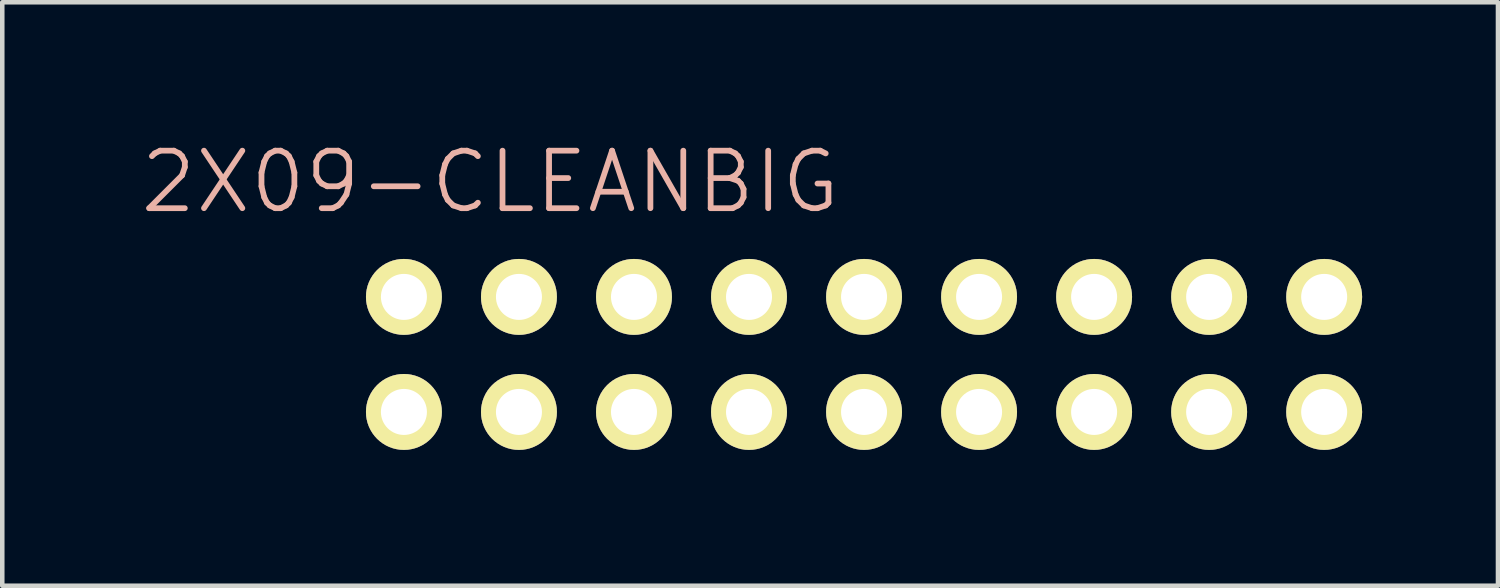
<source format=kicad_pcb>
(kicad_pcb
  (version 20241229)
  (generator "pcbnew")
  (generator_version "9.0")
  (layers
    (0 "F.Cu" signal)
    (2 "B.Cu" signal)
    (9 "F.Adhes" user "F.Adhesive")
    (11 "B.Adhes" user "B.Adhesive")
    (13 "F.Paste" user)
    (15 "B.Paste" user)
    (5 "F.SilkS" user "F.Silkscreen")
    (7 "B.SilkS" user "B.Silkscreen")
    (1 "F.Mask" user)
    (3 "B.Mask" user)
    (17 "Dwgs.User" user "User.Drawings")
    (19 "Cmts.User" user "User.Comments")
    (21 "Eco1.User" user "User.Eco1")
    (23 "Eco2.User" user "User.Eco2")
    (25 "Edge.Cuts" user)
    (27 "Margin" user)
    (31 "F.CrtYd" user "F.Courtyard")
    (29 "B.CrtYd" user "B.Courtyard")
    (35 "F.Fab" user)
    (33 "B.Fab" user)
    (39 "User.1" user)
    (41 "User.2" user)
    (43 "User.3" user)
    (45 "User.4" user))
  (footprint "2X09-CLEANBIG"
    (layer "F.Cu")
    (at 16.029 4.776)
    (property "Reference" "2X09-CLEANBIG" (at -8.255 -3.81 0) (layer "B.SilkS") (effects (font (size 1.27 1.27) (thickness 0.127))))
    (attr exclude_from_pos_files exclude_from_bom)
    (fp_line (start -10.414 -1.524) (end -9.906 -1.524) (stroke (width 0.066) (type solid)) (layer "F.SilkS"))
    (fp_line (start -10.414 -1.016) (end -10.414 -1.524) (stroke (width 0.066) (type solid)) (layer "F.SilkS"))
    (fp_line (start -10.414 -1.016) (end -9.906 -1.016) (stroke (width 0.066) (type solid)) (layer "F.SilkS"))
    (fp_line (start -10.414 1.016) (end -9.906 1.016) (stroke (width 0.066) (type solid)) (layer "F.SilkS"))
    (fp_line (start -10.414 1.524) (end -10.414 1.016) (stroke (width 0.066) (type solid)) (layer "F.SilkS"))
    (fp_line (start -10.414 1.524) (end -9.906 1.524) (stroke (width 0.066) (type solid)) (layer "F.SilkS"))
    (fp_line (start -9.906 -1.016) (end -9.906 -1.524) (stroke (width 0.066) (type solid)) (layer "F.SilkS"))
    (fp_line (start -9.906 1.524) (end -9.906 1.016) (stroke (width 0.066) (type solid)) (layer "F.SilkS"))
    (fp_line (start -7.874 -1.524) (end -7.366 -1.524) (stroke (width 0.066) (type solid)) (layer "F.SilkS"))
    (fp_line (start -7.874 -1.016) (end -7.874 -1.524) (stroke (width 0.066) (type solid)) (layer "F.SilkS"))
    (fp_line (start -7.874 -1.016) (end -7.366 -1.016) (stroke (width 0.066) (type solid)) (layer "F.SilkS"))
    (fp_line (start -7.874 1.016) (end -7.366 1.016) (stroke (width 0.066) (type solid)) (layer "F.SilkS"))
    (fp_line (start -7.874 1.524) (end -7.874 1.016) (stroke (width 0.066) (type solid)) (layer "F.SilkS"))
    (fp_line (start -7.874 1.524) (end -7.366 1.524) (stroke (width 0.066) (type solid)) (layer "F.SilkS"))
    (fp_line (start -7.366 -1.016) (end -7.366 -1.524) (stroke (width 0.066) (type solid)) (layer "F.SilkS"))
    (fp_line (start -7.366 1.524) (end -7.366 1.016) (stroke (width 0.066) (type solid)) (layer "F.SilkS"))
    (fp_line (start -5.334 -1.524) (end -4.826 -1.524) (stroke (width 0.066) (type solid)) (layer "F.SilkS"))
    (fp_line (start -5.334 -1.016) (end -5.334 -1.524) (stroke (width 0.066) (type solid)) (layer "F.SilkS"))
    (fp_line (start -5.334 -1.016) (end -4.826 -1.016) (stroke (width 0.066) (type solid)) (layer "F.SilkS"))
    (fp_line (start -5.334 1.016) (end -4.826 1.016) (stroke (width 0.066) (type solid)) (layer "F.SilkS"))
    (fp_line (start -5.334 1.524) (end -5.334 1.016) (stroke (width 0.066) (type solid)) (layer "F.SilkS"))
    (fp_line (start -5.334 1.524) (end -4.826 1.524) (stroke (width 0.066) (type solid)) (layer "F.SilkS"))
    (fp_line (start -4.826 -1.016) (end -4.826 -1.524) (stroke (width 0.066) (type solid)) (layer "F.SilkS"))
    (fp_line (start -4.826 1.524) (end -4.826 1.016) (stroke (width 0.066) (type solid)) (layer "F.SilkS"))
    (fp_line (start -2.794 -1.524) (end -2.286 -1.524) (stroke (width 0.066) (type solid)) (layer "F.SilkS"))
    (fp_line (start -2.794 -1.016) (end -2.794 -1.524) (stroke (width 0.066) (type solid)) (layer "F.SilkS"))
    (fp_line (start -2.794 -1.016) (end -2.286 -1.016) (stroke (width 0.066) (type solid)) (layer "F.SilkS"))
    (fp_line (start -2.794 1.016) (end -2.286 1.016) (stroke (width 0.066) (type solid)) (layer "F.SilkS"))
    (fp_line (start -2.794 1.524) (end -2.794 1.016) (stroke (width 0.066) (type solid)) (layer "F.SilkS"))
    (fp_line (start -2.794 1.524) (end -2.286 1.524) (stroke (width 0.066) (type solid)) (layer "F.SilkS"))
    (fp_line (start -2.286 -1.016) (end -2.286 -1.524) (stroke (width 0.066) (type solid)) (layer "F.SilkS"))
    (fp_line (start -2.286 1.524) (end -2.286 1.016) (stroke (width 0.066) (type solid)) (layer "F.SilkS"))
    (fp_line (start -0.254 -1.524) (end 0.254 -1.524) (stroke (width 0.066) (type solid)) (layer "F.SilkS"))
    (fp_line (start -0.254 -1.016) (end -0.254 -1.524) (stroke (width 0.066) (type solid)) (layer "F.SilkS"))
    (fp_line (start -0.254 -1.016) (end 0.254 -1.016) (stroke (width 0.066) (type solid)) (layer "F.SilkS"))
    (fp_line (start -0.254 1.016) (end 0.254 1.016) (stroke (width 0.066) (type solid)) (layer "F.SilkS"))
    (fp_line (start -0.254 1.524) (end -0.254 1.016) (stroke (width 0.066) (type solid)) (layer "F.SilkS"))
    (fp_line (start -0.254 1.524) (end 0.254 1.524) (stroke (width 0.066) (type solid)) (layer "F.SilkS"))
    (fp_line (start 0.254 -1.016) (end 0.254 -1.524) (stroke (width 0.066) (type solid)) (layer "F.SilkS"))
    (fp_line (start 0.254 1.524) (end 0.254 1.016) (stroke (width 0.066) (type solid)) (layer "F.SilkS"))
    (fp_line (start 2.286 -1.524) (end 2.794 -1.524) (stroke (width 0.066) (type solid)) (layer "F.SilkS"))
    (fp_line (start 2.286 -1.016) (end 2.286 -1.524) (stroke (width 0.066) (type solid)) (layer "F.SilkS"))
    (fp_line (start 2.286 -1.016) (end 2.794 -1.016) (stroke (width 0.066) (type solid)) (layer "F.SilkS"))
    (fp_line (start 2.286 1.016) (end 2.794 1.016) (stroke (width 0.066) (type solid)) (layer "F.SilkS"))
    (fp_line (start 2.286 1.524) (end 2.286 1.016) (stroke (width 0.066) (type solid)) (layer "F.SilkS"))
    (fp_line (start 2.286 1.524) (end 2.794 1.524) (stroke (width 0.066) (type solid)) (layer "F.SilkS"))
    (fp_line (start 2.794 -1.016) (end 2.794 -1.524) (stroke (width 0.066) (type solid)) (layer "F.SilkS"))
    (fp_line (start 2.794 1.524) (end 2.794 1.016) (stroke (width 0.066) (type solid)) (layer "F.SilkS"))
    (fp_line (start 4.826 -1.524) (end 5.334 -1.524) (stroke (width 0.066) (type solid)) (layer "F.SilkS"))
    (fp_line (start 4.826 -1.016) (end 4.826 -1.524) (stroke (width 0.066) (type solid)) (layer "F.SilkS"))
    (fp_line (start 4.826 -1.016) (end 5.334 -1.016) (stroke (width 0.066) (type solid)) (layer "F.SilkS"))
    (fp_line (start 4.826 1.016) (end 5.334 1.016) (stroke (width 0.066) (type solid)) (layer "F.SilkS"))
    (fp_line (start 4.826 1.524) (end 4.826 1.016) (stroke (width 0.066) (type solid)) (layer "F.SilkS"))
    (fp_line (start 4.826 1.524) (end 5.334 1.524) (stroke (width 0.066) (type solid)) (layer "F.SilkS"))
    (fp_line (start 5.334 -1.016) (end 5.334 -1.524) (stroke (width 0.066) (type solid)) (layer "F.SilkS"))
    (fp_line (start 5.334 1.524) (end 5.334 1.016) (stroke (width 0.066) (type solid)) (layer "F.SilkS"))
    (fp_line (start 7.366 -1.524) (end 7.874 -1.524) (stroke (width 0.066) (type solid)) (layer "F.SilkS"))
    (fp_line (start 7.366 -1.016) (end 7.366 -1.524) (stroke (width 0.066) (type solid)) (layer "F.SilkS"))
    (fp_line (start 7.366 -1.016) (end 7.874 -1.016) (stroke (width 0.066) (type solid)) (layer "F.SilkS"))
    (fp_line (start 7.366 1.016) (end 7.874 1.016) (stroke (width 0.066) (type solid)) (layer "F.SilkS"))
    (fp_line (start 7.366 1.524) (end 7.366 1.016) (stroke (width 0.066) (type solid)) (layer "F.SilkS"))
    (fp_line (start 7.366 1.524) (end 7.874 1.524) (stroke (width 0.066) (type solid)) (layer "F.SilkS"))
    (fp_line (start 7.874 -1.016) (end 7.874 -1.524) (stroke (width 0.066) (type solid)) (layer "F.SilkS"))
    (fp_line (start 7.874 1.524) (end 7.874 1.016) (stroke (width 0.066) (type solid)) (layer "F.SilkS"))
    (fp_line (start 9.906 -1.524) (end 10.414 -1.524) (stroke (width 0.066) (type solid)) (layer "F.SilkS"))
    (fp_line (start 9.906 -1.016) (end 9.906 -1.524) (stroke (width 0.066) (type solid)) (layer "F.SilkS"))
    (fp_line (start 9.906 -1.016) (end 10.414 -1.016) (stroke (width 0.066) (type solid)) (layer "F.SilkS"))
    (fp_line (start 9.906 1.016) (end 10.414 1.016) (stroke (width 0.066) (type solid)) (layer "F.SilkS"))
    (fp_line (start 9.906 1.524) (end 9.906 1.016) (stroke (width 0.066) (type solid)) (layer "F.SilkS"))
    (fp_line (start 9.906 1.524) (end 10.414 1.524) (stroke (width 0.066) (type solid)) (layer "F.SilkS"))
    (fp_line (start 10.414 -1.016) (end 10.414 -1.524) (stroke (width 0.066) (type solid)) (layer "F.SilkS"))
    (fp_line (start 10.414 1.524) (end 10.414 1.016) (stroke (width 0.066) (type solid)) (layer "F.SilkS"))
    (pad "1" thru_hole circle (at -10.16 1.27) (size 1.676 1.676) (drill 1.016) (layers "*.Cu" "F.Mask" "F.SilkS" "F.Paste"))
    (pad "2" thru_hole circle (at -10.16 -1.27) (size 1.676 1.676) (drill 1.016) (layers "*.Cu" "F.Mask" "F.SilkS" "F.Paste"))
    (pad "3" thru_hole circle (at -7.62 1.27) (size 1.676 1.676) (drill 1.016) (layers "*.Cu" "F.Mask" "F.SilkS" "F.Paste"))
    (pad "4" thru_hole circle (at -7.62 -1.27) (size 1.676 1.676) (drill 1.016) (layers "*.Cu" "F.Mask" "F.SilkS" "F.Paste"))
    (pad "5" thru_hole circle (at -5.08 1.27) (size 1.676 1.676) (drill 1.016) (layers "*.Cu" "F.Mask" "F.SilkS" "F.Paste"))
    (pad "6" thru_hole circle (at -5.08 -1.27) (size 1.676 1.676) (drill 1.016) (layers "*.Cu" "F.Mask" "F.SilkS" "F.Paste"))
    (pad "7" thru_hole circle (at -2.54 1.27) (size 1.676 1.676) (drill 1.016) (layers "*.Cu" "F.Mask" "F.SilkS" "F.Paste"))
    (pad "8" thru_hole circle (at -2.54 -1.27) (size 1.676 1.676) (drill 1.016) (layers "*.Cu" "F.Mask" "F.SilkS" "F.Paste"))
    (pad "9" thru_hole circle (at 0 1.27) (size 1.676 1.676) (drill 1.016) (layers "*.Cu" "F.Mask" "F.SilkS" "F.Paste"))
    (pad "10" thru_hole circle (at 0 -1.27) (size 1.676 1.676) (drill 1.016) (layers "*.Cu" "F.Mask" "F.SilkS" "F.Paste"))
    (pad "11" thru_hole circle (at 2.54 1.27) (size 1.676 1.676) (drill 1.016) (layers "*.Cu" "F.Mask" "F.SilkS" "F.Paste"))
    (pad "12" thru_hole circle (at 2.54 -1.27) (size 1.676 1.676) (drill 1.016) (layers "*.Cu" "F.Mask" "F.SilkS" "F.Paste"))
    (pad "13" thru_hole circle (at 5.08 1.27) (size 1.676 1.676) (drill 1.016) (layers "*.Cu" "F.Mask" "F.SilkS" "F.Paste"))
    (pad "14" thru_hole circle (at 5.08 -1.27) (size 1.676 1.676) (drill 1.016) (layers "*.Cu" "F.Mask" "F.SilkS" "F.Paste"))
    (pad "15" thru_hole circle (at 7.62 1.27) (size 1.676 1.676) (drill 1.016) (layers "*.Cu" "F.Mask" "F.SilkS" "F.Paste"))
    (pad "16" thru_hole circle (at 7.62 -1.27) (size 1.676 1.676) (drill 1.016) (layers "*.Cu" "F.Mask" "F.SilkS" "F.Paste"))
    (pad "17" thru_hole circle (at 10.16 1.27) (size 1.676 1.676) (drill 1.016) (layers "*.Cu" "F.Mask" "F.SilkS" "F.Paste"))
    (pad "18" thru_hole circle (at 10.16 -1.27) (size 1.676 1.676) (drill 1.016) (layers "*.Cu" "F.Mask" "F.SilkS" "F.Paste")))
  (gr_rect
    (start -3 -3)
    (end 30.027 9.884)
    (stroke (width 0.1) (type default))
    (fill no)
    (layer "Edge.Cuts")))
</source>
